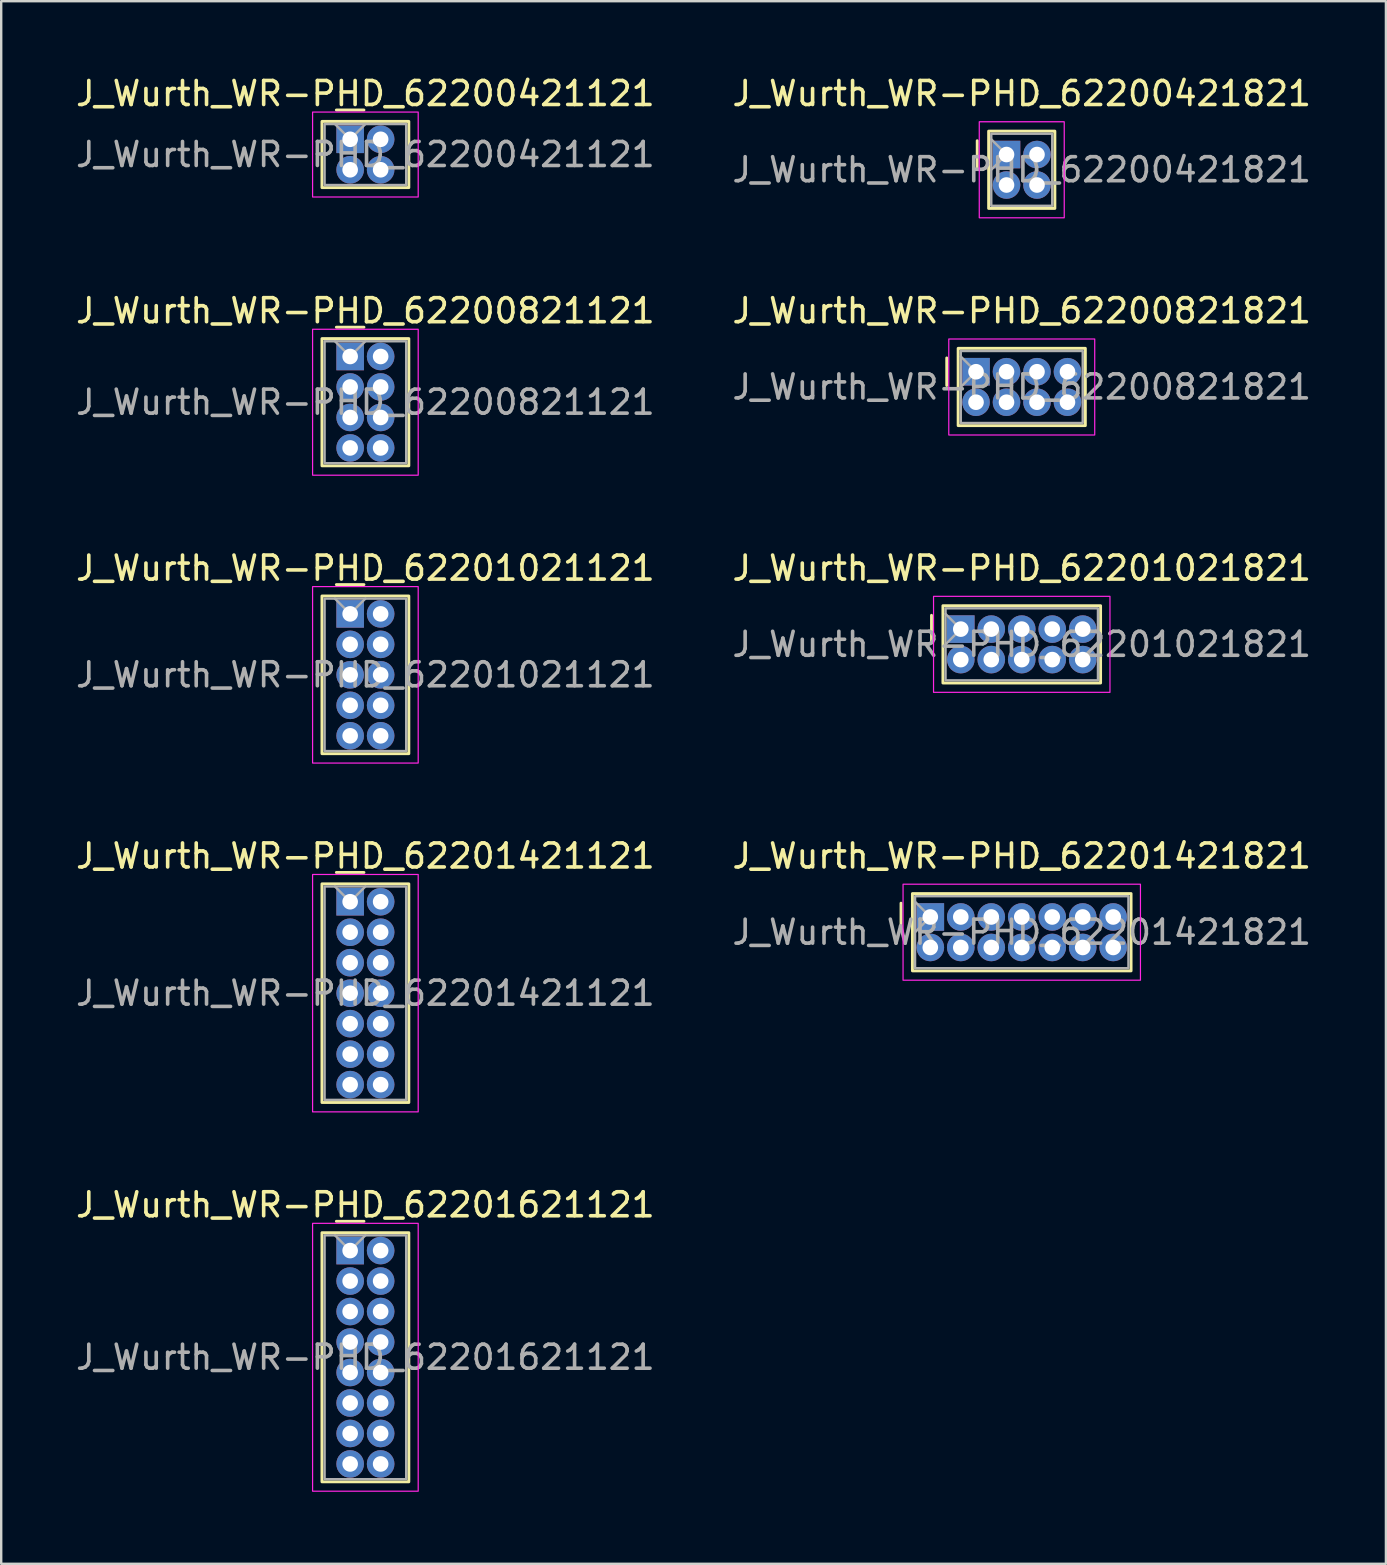
<source format=kicad_pcb>
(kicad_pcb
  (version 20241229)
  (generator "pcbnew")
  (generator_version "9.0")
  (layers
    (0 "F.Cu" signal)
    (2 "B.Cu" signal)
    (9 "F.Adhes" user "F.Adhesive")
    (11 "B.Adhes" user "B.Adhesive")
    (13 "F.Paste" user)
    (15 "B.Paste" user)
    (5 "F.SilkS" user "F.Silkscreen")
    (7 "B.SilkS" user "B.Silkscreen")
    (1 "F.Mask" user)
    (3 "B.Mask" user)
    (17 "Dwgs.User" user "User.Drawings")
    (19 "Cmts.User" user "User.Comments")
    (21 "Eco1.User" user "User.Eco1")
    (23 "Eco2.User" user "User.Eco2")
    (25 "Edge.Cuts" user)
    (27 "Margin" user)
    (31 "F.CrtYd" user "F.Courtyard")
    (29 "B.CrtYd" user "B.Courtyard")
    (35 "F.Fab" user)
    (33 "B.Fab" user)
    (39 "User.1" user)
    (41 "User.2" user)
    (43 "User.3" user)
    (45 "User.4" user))
  (footprint "J_Wurth_WR-PHD_62201021121"
    (layer "F.Cu")
    (at 11.538 22.525)
    (property "Reference" "J_Wurth_WR-PHD_62201021121" (at 0.635 -1.905 0) (unlocked yes) (layer "F.SilkS") (effects (font (size 1 1) (thickness 0.15))))
    (attr through_hole)
    (fp_line (start 0.575 -1.22) (end -0.575 -1.22) (stroke (width 0.12) (type solid)) (layer "F.SilkS"))
    (fp_rect (start -1.175 -0.745) (end 2.445 5.825) (stroke (width 0.12) (type solid)) (fill no) (layer "F.SilkS"))
    (fp_rect (start -1.565 -1.135) (end 2.835 6.215) (stroke (width 0.05) (type solid)) (fill no) (layer "F.CrtYd"))
    (fp_line (start 0 0) (end -0.635 -0.635) (stroke (width 0.1) (type default)) (layer "F.Fab"))
    (fp_line (start 0.635 -0.635) (end 0 0) (stroke (width 0.1) (type default)) (layer "F.Fab"))
    (fp_rect (start -1.065 -0.635) (end 2.335 5.715) (stroke (width 0.1) (type solid)) (fill no) (layer "F.Fab"))
    (fp_text user "${REFERENCE}" (at 0.635 2.54 0) (unlocked yes) (layer "F.Fab") (effects (font (size 1 1) (thickness 0.15))))
    (pad "1" thru_hole rect (at 0 0 270) (size 1.15 1.15) (drill 0.65) (layers "*.Cu" "*.Mask"))
    (pad "2" thru_hole circle (at 1.27 0 270) (size 1.15 1.15) (drill 0.65) (layers "*.Cu" "*.Mask"))
    (pad "3" thru_hole circle (at 0 1.27 270) (size 1.15 1.15) (drill 0.65) (layers "*.Cu" "*.Mask"))
    (pad "4" thru_hole circle (at 1.27 1.27 270) (size 1.15 1.15) (drill 0.65) (layers "*.Cu" "*.Mask"))
    (pad "5" thru_hole circle (at 0 2.54 270) (size 1.15 1.15) (drill 0.65) (layers "*.Cu" "*.Mask"))
    (pad "6" thru_hole circle (at 1.27 2.54 270) (size 1.15 1.15) (drill 0.65) (layers "*.Cu" "*.Mask"))
    (pad "7" thru_hole circle (at 0 3.81 270) (size 1.15 1.15) (drill 0.65) (layers "*.Cu" "*.Mask"))
    (pad "8" thru_hole circle (at 1.27 3.81 270) (size 1.15 1.15) (drill 0.65) (layers "*.Cu" "*.Mask"))
    (pad "9" thru_hole circle (at 0 5.08 270) (size 1.15 1.15) (drill 0.65) (layers "*.Cu" "*.Mask"))
    (pad "10" thru_hole circle (at 1.27 5.08 270) (size 1.15 1.15) (drill 0.65) (layers "*.Cu" "*.Mask")))
  (footprint "J_Wurth_WR-PHD_62201021821"
    (layer "F.Cu")
    (at 36.978 23.16)
    (property "Reference" "J_Wurth_WR-PHD_62201021821" (at 2.54 -2.54 0) (unlocked yes) (layer "F.SilkS") (effects (font (size 1 1) (thickness 0.15))))
    (attr through_hole)
    (fp_line (start -1.22 -0.575) (end -1.22 0.575) (stroke (width 0.12) (type solid)) (layer "F.SilkS"))
    (fp_rect (start -0.745 -0.975) (end 5.825 2.245) (stroke (width 0.12) (type solid)) (fill no) (layer "F.SilkS"))
    (fp_rect (start -1.135 -1.365) (end 6.215 2.635) (stroke (width 0.05) (type solid)) (fill no) (layer "F.CrtYd"))
    (fp_line (start -0.635 0.635) (end 0 0) (stroke (width 0.1) (type default)) (layer "F.Fab"))
    (fp_line (start 0 0) (end -0.635 -0.635) (stroke (width 0.1) (type default)) (layer "F.Fab"))
    (fp_rect (start -0.635 -0.865) (end 5.715 2.135) (stroke (width 0.1) (type solid)) (fill no) (layer "F.Fab"))
    (fp_text user "${REFERENCE}" (at 2.54 0.635 0) (unlocked yes) (layer "F.Fab") (effects (font (size 1 1) (thickness 0.15))))
    (pad "1" thru_hole rect (at 0 0 180) (size 1.15 1.15) (drill 0.65) (layers "*.Cu" "*.Mask"))
    (pad "2" thru_hole circle (at 0 1.27 180) (size 1.15 1.15) (drill 0.65) (layers "*.Cu" "*.Mask"))
    (pad "3" thru_hole circle (at 1.27 0 180) (size 1.15 1.15) (drill 0.65) (layers "*.Cu" "*.Mask"))
    (pad "4" thru_hole circle (at 1.27 1.27 180) (size 1.15 1.15) (drill 0.65) (layers "*.Cu" "*.Mask"))
    (pad "5" thru_hole circle (at 2.54 0 180) (size 1.15 1.15) (drill 0.65) (layers "*.Cu" "*.Mask"))
    (pad "6" thru_hole circle (at 2.54 1.27 180) (size 1.15 1.15) (drill 0.65) (layers "*.Cu" "*.Mask"))
    (pad "7" thru_hole circle (at 3.81 0 180) (size 1.15 1.15) (drill 0.65) (layers "*.Cu" "*.Mask"))
    (pad "8" thru_hole circle (at 3.81 1.27 180) (size 1.15 1.15) (drill 0.65) (layers "*.Cu" "*.Mask"))
    (pad "9" thru_hole circle (at 5.08 0 180) (size 1.15 1.15) (drill 0.65) (layers "*.Cu" "*.Mask"))
    (pad "10" thru_hole circle (at 5.08 1.27 180) (size 1.15 1.15) (drill 0.65) (layers "*.Cu" "*.Mask")))
  (footprint "J_Wurth_WR-PHD_62201421821"
    (layer "F.Cu")
    (at 35.708 35.153)
    (property "Reference" "J_Wurth_WR-PHD_62201421821" (at 3.81 -2.54 0) (unlocked yes) (layer "F.SilkS") (effects (font (size 1 1) (thickness 0.15))))
    (attr through_hole)
    (fp_line (start -1.22 -0.575) (end -1.22 0.575) (stroke (width 0.12) (type solid)) (layer "F.SilkS"))
    (fp_rect (start -0.745 -0.975) (end 8.365 2.245) (stroke (width 0.12) (type solid)) (fill no) (layer "F.SilkS"))
    (fp_rect (start -1.135 -1.365) (end 8.755 2.635) (stroke (width 0.05) (type solid)) (fill no) (layer "F.CrtYd"))
    (fp_line (start -0.635 0.635) (end 0 0) (stroke (width 0.1) (type default)) (layer "F.Fab"))
    (fp_line (start 0 0) (end -0.635 -0.635) (stroke (width 0.1) (type default)) (layer "F.Fab"))
    (fp_rect (start -0.635 -0.865) (end 8.255 2.135) (stroke (width 0.1) (type solid)) (fill no) (layer "F.Fab"))
    (fp_text user "${REFERENCE}" (at 3.81 0.635 0) (unlocked yes) (layer "F.Fab") (effects (font (size 1 1) (thickness 0.15))))
    (pad "1" thru_hole rect (at 0 0 180) (size 1.15 1.15) (drill 0.65) (layers "*.Cu" "*.Mask"))
    (pad "2" thru_hole circle (at 0 1.27 180) (size 1.15 1.15) (drill 0.65) (layers "*.Cu" "*.Mask"))
    (pad "3" thru_hole circle (at 1.27 0 180) (size 1.15 1.15) (drill 0.65) (layers "*.Cu" "*.Mask"))
    (pad "4" thru_hole circle (at 1.27 1.27 180) (size 1.15 1.15) (drill 0.65) (layers "*.Cu" "*.Mask"))
    (pad "5" thru_hole circle (at 2.54 0 180) (size 1.15 1.15) (drill 0.65) (layers "*.Cu" "*.Mask"))
    (pad "6" thru_hole circle (at 2.54 1.27 180) (size 1.15 1.15) (drill 0.65) (layers "*.Cu" "*.Mask"))
    (pad "7" thru_hole circle (at 3.81 0 180) (size 1.15 1.15) (drill 0.65) (layers "*.Cu" "*.Mask"))
    (pad "8" thru_hole circle (at 3.81 1.27 180) (size 1.15 1.15) (drill 0.65) (layers "*.Cu" "*.Mask"))
    (pad "9" thru_hole circle (at 5.08 0 180) (size 1.15 1.15) (drill 0.65) (layers "*.Cu" "*.Mask"))
    (pad "10" thru_hole circle (at 5.08 1.27 180) (size 1.15 1.15) (drill 0.65) (layers "*.Cu" "*.Mask"))
    (pad "11" thru_hole circle (at 6.35 0 180) (size 1.15 1.15) (drill 0.65) (layers "*.Cu" "*.Mask"))
    (pad "12" thru_hole circle (at 6.35 1.27 180) (size 1.15 1.15) (drill 0.65) (layers "*.Cu" "*.Mask"))
    (pad "13" thru_hole circle (at 7.62 0 180) (size 1.15 1.15) (drill 0.65) (layers "*.Cu" "*.Mask"))
    (pad "14" thru_hole circle (at 7.62 1.27 180) (size 1.15 1.15) (drill 0.65) (layers "*.Cu" "*.Mask")))
  (footprint "J_Wurth_WR-PHD_62201421121"
    (layer "F.Cu")
    (at 11.538 34.518)
    (property "Reference" "J_Wurth_WR-PHD_62201421121" (at 0.635 -1.905 0) (unlocked yes) (layer "F.SilkS") (effects (font (size 1 1) (thickness 0.15))))
    (attr through_hole)
    (fp_line (start 0.575 -1.22) (end -0.575 -1.22) (stroke (width 0.12) (type solid)) (layer "F.SilkS"))
    (fp_rect (start -1.175 -0.745) (end 2.445 8.365) (stroke (width 0.12) (type solid)) (fill no) (layer "F.SilkS"))
    (fp_rect (start -1.565 -1.135) (end 2.835 8.755) (stroke (width 0.05) (type solid)) (fill no) (layer "F.CrtYd"))
    (fp_line (start 0 0) (end -0.635 -0.635) (stroke (width 0.1) (type default)) (layer "F.Fab"))
    (fp_line (start 0.635 -0.635) (end 0 0) (stroke (width 0.1) (type default)) (layer "F.Fab"))
    (fp_rect (start -1.065 -0.635) (end 2.335 8.255) (stroke (width 0.1) (type solid)) (fill no) (layer "F.Fab"))
    (fp_text user "${REFERENCE}" (at 0.635 3.81 0) (unlocked yes) (layer "F.Fab") (effects (font (size 1 1) (thickness 0.15))))
    (pad "1" thru_hole rect (at 0 0 270) (size 1.15 1.15) (drill 0.65) (layers "*.Cu" "*.Mask"))
    (pad "2" thru_hole circle (at 1.27 0 270) (size 1.15 1.15) (drill 0.65) (layers "*.Cu" "*.Mask"))
    (pad "3" thru_hole circle (at 0 1.27 270) (size 1.15 1.15) (drill 0.65) (layers "*.Cu" "*.Mask"))
    (pad "4" thru_hole circle (at 1.27 1.27 270) (size 1.15 1.15) (drill 0.65) (layers "*.Cu" "*.Mask"))
    (pad "5" thru_hole circle (at 0 2.54 270) (size 1.15 1.15) (drill 0.65) (layers "*.Cu" "*.Mask"))
    (pad "6" thru_hole circle (at 1.27 2.54 270) (size 1.15 1.15) (drill 0.65) (layers "*.Cu" "*.Mask"))
    (pad "7" thru_hole circle (at 0 3.81 270) (size 1.15 1.15) (drill 0.65) (layers "*.Cu" "*.Mask"))
    (pad "8" thru_hole circle (at 1.27 3.81 270) (size 1.15 1.15) (drill 0.65) (layers "*.Cu" "*.Mask"))
    (pad "9" thru_hole circle (at 0 5.08 270) (size 1.15 1.15) (drill 0.65) (layers "*.Cu" "*.Mask"))
    (pad "10" thru_hole circle (at 1.27 5.08 270) (size 1.15 1.15) (drill 0.65) (layers "*.Cu" "*.Mask"))
    (pad "11" thru_hole circle (at 0 6.35 270) (size 1.15 1.15) (drill 0.65) (layers "*.Cu" "*.Mask"))
    (pad "12" thru_hole circle (at 1.27 6.35 270) (size 1.15 1.15) (drill 0.65) (layers "*.Cu" "*.Mask"))
    (pad "13" thru_hole circle (at 0 7.62 270) (size 1.15 1.15) (drill 0.65) (layers "*.Cu" "*.Mask"))
    (pad "14" thru_hole circle (at 1.27 7.62 270) (size 1.15 1.15) (drill 0.65) (layers "*.Cu" "*.Mask")))
  (footprint "J_Wurth_WR-PHD_62200421121"
    (layer "F.Cu")
    (at 11.538 2.753)
    (property "Reference" "J_Wurth_WR-PHD_62200421121" (at 0.635 -1.905 0) (unlocked yes) (layer "F.SilkS") (effects (font (size 1 1) (thickness 0.15))))
    (attr through_hole)
    (fp_line (start 0.575 -1.22) (end -0.575 -1.22) (stroke (width 0.12) (type solid)) (layer "F.SilkS"))
    (fp_rect (start -1.175 -0.745) (end 2.445 2.015) (stroke (width 0.12) (type solid)) (fill no) (layer "F.SilkS"))
    (fp_rect (start -1.565 -1.135) (end 2.835 2.405) (stroke (width 0.05) (type solid)) (fill no) (layer "F.CrtYd"))
    (fp_line (start 0 0) (end -0.635 -0.635) (stroke (width 0.1) (type default)) (layer "F.Fab"))
    (fp_line (start 0.635 -0.635) (end 0 0) (stroke (width 0.1) (type default)) (layer "F.Fab"))
    (fp_rect (start -1.065 -0.635) (end 2.335 1.905) (stroke (width 0.1) (type solid)) (fill no) (layer "F.Fab"))
    (fp_text user "${REFERENCE}" (at 0.635 0.635 0) (unlocked yes) (layer "F.Fab") (effects (font (size 1 1) (thickness 0.15))))
    (pad "1" thru_hole rect (at 0 0 270) (size 1.15 1.15) (drill 0.65) (layers "*.Cu" "*.Mask"))
    (pad "2" thru_hole circle (at 1.27 0 270) (size 1.15 1.15) (drill 0.65) (layers "*.Cu" "*.Mask"))
    (pad "3" thru_hole circle (at 0 1.27 270) (size 1.15 1.15) (drill 0.65) (layers "*.Cu" "*.Mask"))
    (pad "4" thru_hole circle (at 1.27 1.27 270) (size 1.15 1.15) (drill 0.65) (layers "*.Cu" "*.Mask")))
  (footprint "J_Wurth_WR-PHD_62200821121"
    (layer "F.Cu")
    (at 11.538 11.802)
    (property "Reference" "J_Wurth_WR-PHD_62200821121" (at 0.635 -1.905 0) (unlocked yes) (layer "F.SilkS") (effects (font (size 1 1) (thickness 0.15))))
    (attr through_hole)
    (fp_line (start 0.575 -1.22) (end -0.575 -1.22) (stroke (width 0.12) (type solid)) (layer "F.SilkS"))
    (fp_rect (start -1.175 -0.745) (end 2.445 4.555) (stroke (width 0.12) (type solid)) (fill no) (layer "F.SilkS"))
    (fp_rect (start -1.565 -1.135) (end 2.835 4.945) (stroke (width 0.05) (type solid)) (fill no) (layer "F.CrtYd"))
    (fp_line (start 0 0) (end -0.635 -0.635) (stroke (width 0.1) (type default)) (layer "F.Fab"))
    (fp_line (start 0.635 -0.635) (end 0 0) (stroke (width 0.1) (type default)) (layer "F.Fab"))
    (fp_rect (start -1.065 -0.635) (end 2.335 4.445) (stroke (width 0.1) (type solid)) (fill no) (layer "F.Fab"))
    (fp_text user "${REFERENCE}" (at 0.635 1.905 0) (unlocked yes) (layer "F.Fab") (effects (font (size 1 1) (thickness 0.15))))
    (pad "1" thru_hole rect (at 0 0 270) (size 1.15 1.15) (drill 0.65) (layers "*.Cu" "*.Mask"))
    (pad "2" thru_hole circle (at 1.27 0 270) (size 1.15 1.15) (drill 0.65) (layers "*.Cu" "*.Mask"))
    (pad "3" thru_hole circle (at 0 1.27 270) (size 1.15 1.15) (drill 0.65) (layers "*.Cu" "*.Mask"))
    (pad "4" thru_hole circle (at 1.27 1.27 270) (size 1.15 1.15) (drill 0.65) (layers "*.Cu" "*.Mask"))
    (pad "5" thru_hole circle (at 0 2.54 270) (size 1.15 1.15) (drill 0.65) (layers "*.Cu" "*.Mask"))
    (pad "6" thru_hole circle (at 1.27 2.54 270) (size 1.15 1.15) (drill 0.65) (layers "*.Cu" "*.Mask"))
    (pad "7" thru_hole circle (at 0 3.81 270) (size 1.15 1.15) (drill 0.65) (layers "*.Cu" "*.Mask"))
    (pad "8" thru_hole circle (at 1.27 3.81 270) (size 1.15 1.15) (drill 0.65) (layers "*.Cu" "*.Mask")))
  (footprint "J_Wurth_WR-PHD_62200821821"
    (layer "F.Cu")
    (at 37.613 12.437)
    (property "Reference" "J_Wurth_WR-PHD_62200821821" (at 1.905 -2.54 0) (unlocked yes) (layer "F.SilkS") (effects (font (size 1 1) (thickness 0.15))))
    (attr through_hole)
    (fp_line (start -1.22 -0.575) (end -1.22 0.575) (stroke (width 0.12) (type solid)) (layer "F.SilkS"))
    (fp_rect (start -0.745 -0.975) (end 4.555 2.245) (stroke (width 0.12) (type solid)) (fill no) (layer "F.SilkS"))
    (fp_rect (start -1.135 -1.365) (end 4.945 2.635) (stroke (width 0.05) (type solid)) (fill no) (layer "F.CrtYd"))
    (fp_line (start -0.635 0.635) (end 0 0) (stroke (width 0.1) (type default)) (layer "F.Fab"))
    (fp_line (start 0 0) (end -0.635 -0.635) (stroke (width 0.1) (type default)) (layer "F.Fab"))
    (fp_rect (start -0.635 -0.865) (end 4.445 2.135) (stroke (width 0.1) (type solid)) (fill no) (layer "F.Fab"))
    (fp_text user "${REFERENCE}" (at 1.905 0.635 0) (unlocked yes) (layer "F.Fab") (effects (font (size 1 1) (thickness 0.15))))
    (pad "1" thru_hole rect (at 0 0 180) (size 1.15 1.15) (drill 0.65) (layers "*.Cu" "*.Mask"))
    (pad "2" thru_hole circle (at 0 1.27 180) (size 1.15 1.15) (drill 0.65) (layers "*.Cu" "*.Mask"))
    (pad "3" thru_hole circle (at 1.27 0 180) (size 1.15 1.15) (drill 0.65) (layers "*.Cu" "*.Mask"))
    (pad "4" thru_hole circle (at 1.27 1.27 180) (size 1.15 1.15) (drill 0.65) (layers "*.Cu" "*.Mask"))
    (pad "5" thru_hole circle (at 2.54 0 180) (size 1.15 1.15) (drill 0.65) (layers "*.Cu" "*.Mask"))
    (pad "6" thru_hole circle (at 2.54 1.27 180) (size 1.15 1.15) (drill 0.65) (layers "*.Cu" "*.Mask"))
    (pad "7" thru_hole circle (at 3.81 0 180) (size 1.15 1.15) (drill 0.65) (layers "*.Cu" "*.Mask"))
    (pad "8" thru_hole circle (at 3.81 1.27 180) (size 1.15 1.15) (drill 0.65) (layers "*.Cu" "*.Mask")))
  (footprint "J_Wurth_WR-PHD_62201621121"
    (layer "F.Cu")
    (at 11.538 49.051)
    (property "Reference" "J_Wurth_WR-PHD_62201621121" (at 0.635 -1.905 0) (unlocked yes) (layer "F.SilkS") (effects (font (size 1 1) (thickness 0.15))))
    (attr through_hole)
    (fp_line (start 0.575 -1.22) (end -0.575 -1.22) (stroke (width 0.12) (type solid)) (layer "F.SilkS"))
    (fp_rect (start -1.175 -0.745) (end 2.445 9.635) (stroke (width 0.12) (type solid)) (fill no) (layer "F.SilkS"))
    (fp_rect (start -1.565 -1.135) (end 2.835 10.025) (stroke (width 0.05) (type solid)) (fill no) (layer "F.CrtYd"))
    (fp_line (start 0 0) (end -0.635 -0.635) (stroke (width 0.1) (type default)) (layer "F.Fab"))
    (fp_line (start 0.635 -0.635) (end 0 0) (stroke (width 0.1) (type default)) (layer "F.Fab"))
    (fp_rect (start -1.065 -0.635) (end 2.335 9.525) (stroke (width 0.1) (type solid)) (fill no) (layer "F.Fab"))
    (fp_text user "${REFERENCE}" (at 0.635 4.445 0) (unlocked yes) (layer "F.Fab") (effects (font (size 1 1) (thickness 0.15))))
    (pad "1" thru_hole rect (at 0 0 270) (size 1.15 1.15) (drill 0.65) (layers "*.Cu" "*.Mask"))
    (pad "2" thru_hole circle (at 1.27 0 270) (size 1.15 1.15) (drill 0.65) (layers "*.Cu" "*.Mask"))
    (pad "3" thru_hole circle (at 0 1.27 270) (size 1.15 1.15) (drill 0.65) (layers "*.Cu" "*.Mask"))
    (pad "4" thru_hole circle (at 1.27 1.27 270) (size 1.15 1.15) (drill 0.65) (layers "*.Cu" "*.Mask"))
    (pad "5" thru_hole circle (at 0 2.54 270) (size 1.15 1.15) (drill 0.65) (layers "*.Cu" "*.Mask"))
    (pad "6" thru_hole circle (at 1.27 2.54 270) (size 1.15 1.15) (drill 0.65) (layers "*.Cu" "*.Mask"))
    (pad "7" thru_hole circle (at 0 3.81 270) (size 1.15 1.15) (drill 0.65) (layers "*.Cu" "*.Mask"))
    (pad "8" thru_hole circle (at 1.27 3.81 270) (size 1.15 1.15) (drill 0.65) (layers "*.Cu" "*.Mask"))
    (pad "9" thru_hole circle (at 0 5.08 270) (size 1.15 1.15) (drill 0.65) (layers "*.Cu" "*.Mask"))
    (pad "10" thru_hole circle (at 1.27 5.08 270) (size 1.15 1.15) (drill 0.65) (layers "*.Cu" "*.Mask"))
    (pad "11" thru_hole circle (at 0 6.35 270) (size 1.15 1.15) (drill 0.65) (layers "*.Cu" "*.Mask"))
    (pad "12" thru_hole circle (at 1.27 6.35 270) (size 1.15 1.15) (drill 0.65) (layers "*.Cu" "*.Mask"))
    (pad "13" thru_hole circle (at 0 7.62 270) (size 1.15 1.15) (drill 0.65) (layers "*.Cu" "*.Mask"))
    (pad "14" thru_hole circle (at 1.27 7.62 270) (size 1.15 1.15) (drill 0.65) (layers "*.Cu" "*.Mask"))
    (pad "15" thru_hole circle (at 0 8.89 270) (size 1.15 1.15) (drill 0.65) (layers "*.Cu" "*.Mask"))
    (pad "16" thru_hole circle (at 1.27 8.89 270) (size 1.15 1.15) (drill 0.65) (layers "*.Cu" "*.Mask")))
  (footprint "J_Wurth_WR-PHD_62200421821"
    (layer "F.Cu")
    (at 38.883 3.388)
    (property "Reference" "J_Wurth_WR-PHD_62200421821" (at 0.635 -2.54 0) (unlocked yes) (layer "F.SilkS") (effects (font (size 1 1) (thickness 0.15))))
    (attr through_hole)
    (fp_line (start -1.22 -0.575) (end -1.22 0.575) (stroke (width 0.12) (type solid)) (layer "F.SilkS"))
    (fp_rect (start -0.745 -0.975) (end 2.015 2.245) (stroke (width 0.12) (type solid)) (fill no) (layer "F.SilkS"))
    (fp_rect (start -1.135 -1.365) (end 2.405 2.635) (stroke (width 0.05) (type solid)) (fill no) (layer "F.CrtYd"))
    (fp_line (start -0.635 0.635) (end 0 0) (stroke (width 0.1) (type default)) (layer "F.Fab"))
    (fp_line (start 0 0) (end -0.635 -0.635) (stroke (width 0.1) (type default)) (layer "F.Fab"))
    (fp_rect (start -0.635 -0.865) (end 1.905 2.135) (stroke (width 0.1) (type solid)) (fill no) (layer "F.Fab"))
    (fp_text user "${REFERENCE}" (at 0.635 0.635 0) (unlocked yes) (layer "F.Fab") (effects (font (size 1 1) (thickness 0.15))))
    (pad "1" thru_hole rect (at 0 0 180) (size 1.15 1.15) (drill 0.65) (layers "*.Cu" "*.Mask"))
    (pad "2" thru_hole circle (at 0 1.27 180) (size 1.15 1.15) (drill 0.65) (layers "*.Cu" "*.Mask"))
    (pad "3" thru_hole circle (at 1.27 0 180) (size 1.15 1.15) (drill 0.65) (layers "*.Cu" "*.Mask"))
    (pad "4" thru_hole circle (at 1.27 1.27 180) (size 1.15 1.15) (drill 0.65) (layers "*.Cu" "*.Mask")))
  (gr_rect
    (start -3 -3)
    (end 54.69 62.101)
    (stroke (width 0.1) (type default))
    (fill no)
    (layer "Edge.Cuts")))
</source>
